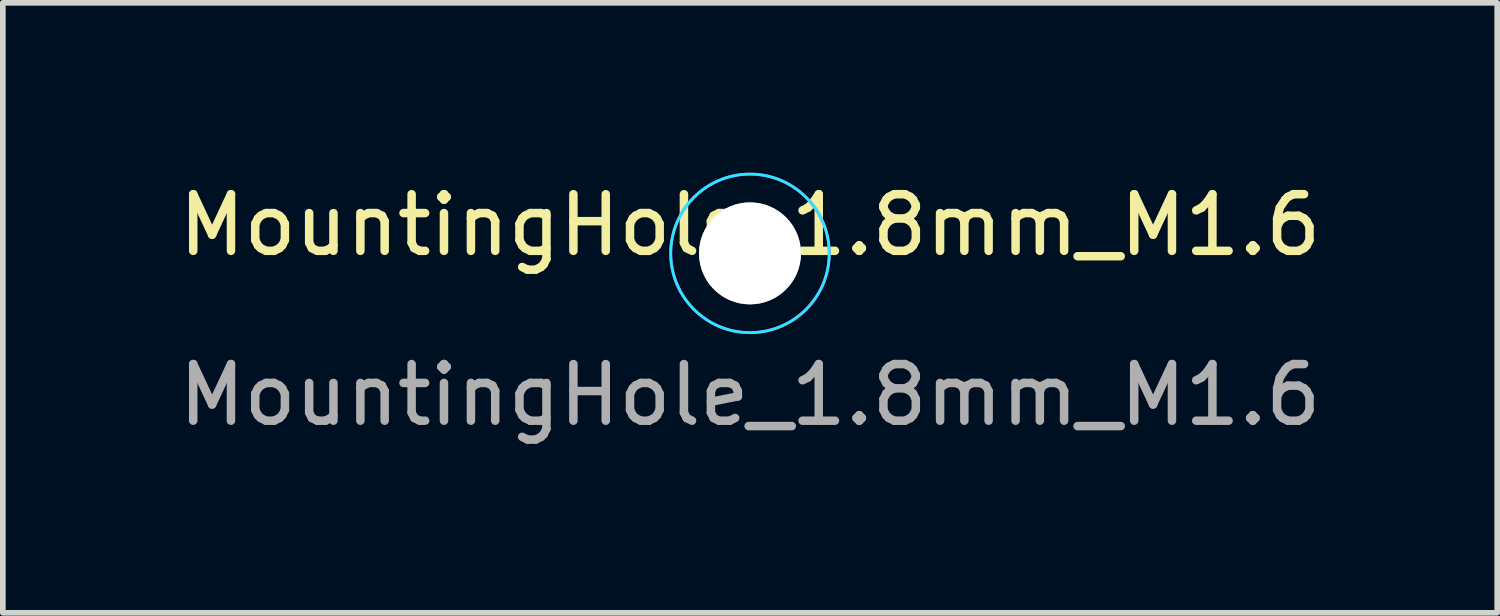
<source format=kicad_pcb>
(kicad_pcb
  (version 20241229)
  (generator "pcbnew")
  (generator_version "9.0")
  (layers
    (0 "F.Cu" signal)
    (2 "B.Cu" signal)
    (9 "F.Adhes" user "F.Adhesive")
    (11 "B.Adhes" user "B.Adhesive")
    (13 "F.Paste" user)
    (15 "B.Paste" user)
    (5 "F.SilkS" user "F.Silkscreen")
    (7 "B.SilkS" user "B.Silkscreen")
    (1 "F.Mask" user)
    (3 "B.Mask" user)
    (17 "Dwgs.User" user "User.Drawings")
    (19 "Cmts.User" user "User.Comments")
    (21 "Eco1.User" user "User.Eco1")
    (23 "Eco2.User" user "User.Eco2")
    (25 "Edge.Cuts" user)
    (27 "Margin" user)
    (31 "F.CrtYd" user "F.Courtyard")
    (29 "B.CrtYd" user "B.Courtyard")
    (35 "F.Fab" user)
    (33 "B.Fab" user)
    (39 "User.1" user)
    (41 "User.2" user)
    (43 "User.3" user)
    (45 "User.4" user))
  (footprint "MountingHole_1.8mm_M1.6"
    (layer "F.Cu")
    (at 10.196 1.425)
    (property "Reference" "MountingHole_1.8mm_M1.6" (at 0 -0.5 0) (unlocked yes) (layer "F.SilkS") (effects (font (size 1 1) (thickness 0.15))))
    (attr through_hole)
    (fp_circle (center 0 0) (end 0 1.4) (stroke (width 0.05) (type default)) (fill no) (layer "B.CrtYd"))
    (fp_circle (center 0 0) (end 0 1.4) (stroke (width 0.05) (type default)) (fill no) (layer "F.CrtYd"))
    (fp_text user "${REFERENCE}" (at 0 2.5 0) (unlocked yes) (layer "F.Fab") (effects (font (size 1 1) (thickness 0.15))))
    (pad "" np_thru_hole circle (at 0 0) (size 1.8 1.8) (drill 1.8) (layers "*.Mask" "Dwgs.User")))
  (gr_rect
    (start -3 -3)
    (end 23.393 7.773)
    (stroke (width 0.1) (type default))
    (fill no)
    (layer "Edge.Cuts")))
</source>
